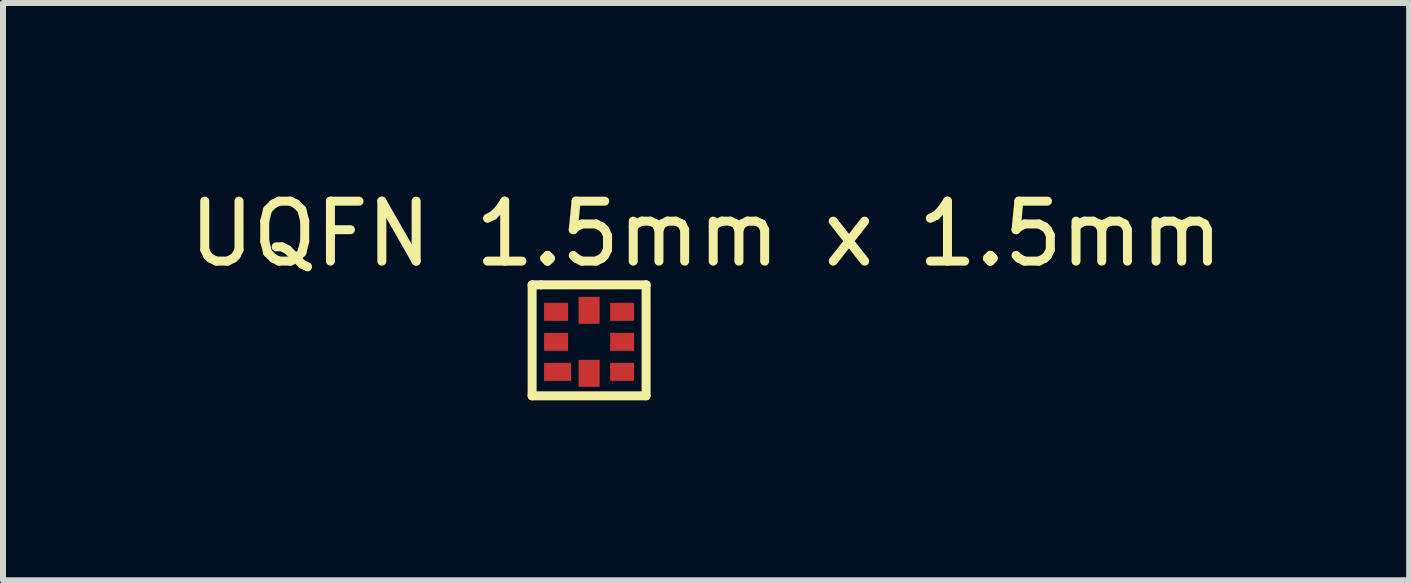
<source format=kicad_pcb>
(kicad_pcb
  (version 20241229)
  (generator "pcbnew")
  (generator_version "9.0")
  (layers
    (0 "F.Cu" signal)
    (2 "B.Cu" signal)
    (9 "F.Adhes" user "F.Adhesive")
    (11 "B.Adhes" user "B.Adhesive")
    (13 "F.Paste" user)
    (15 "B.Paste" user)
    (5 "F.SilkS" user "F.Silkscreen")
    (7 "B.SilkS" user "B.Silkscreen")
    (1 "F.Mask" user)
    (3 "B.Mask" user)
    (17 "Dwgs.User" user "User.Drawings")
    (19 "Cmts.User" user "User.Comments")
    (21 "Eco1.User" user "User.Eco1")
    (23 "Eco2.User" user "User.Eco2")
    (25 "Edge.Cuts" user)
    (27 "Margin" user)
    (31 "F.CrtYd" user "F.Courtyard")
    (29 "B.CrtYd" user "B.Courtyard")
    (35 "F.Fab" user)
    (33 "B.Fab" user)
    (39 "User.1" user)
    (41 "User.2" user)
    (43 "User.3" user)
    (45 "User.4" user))
  (footprint "UQFN 1.5mm x 1.5mm"
    (layer "F.Cu")
    (at 6.77 2.648)
    (property "Reference" "UQFN 1.5mm x 1.5mm" (at 1.95 -1.8 0) (layer "F.SilkS") (effects (font (size 1 1) (thickness 0.15))))
    (attr through_hole)
    (fp_line (start -0.95 -0.95) (end -0.8 -0.95) (stroke (width 0.15) (type solid)) (layer "F.SilkS"))
    (fp_line (start -0.95 0.9) (end -0.95 -0.95) (stroke (width 0.15) (type solid)) (layer "F.SilkS"))
    (fp_line (start -0.8 -0.95) (end 0.95 -0.95) (stroke (width 0.15) (type solid)) (layer "F.SilkS"))
    (fp_line (start 0.95 -0.95) (end 0.95 0.9) (stroke (width 0.15) (type solid)) (layer "F.SilkS"))
    (fp_line (start 0.95 0.9) (end -0.95 0.9) (stroke (width 0.15) (type solid)) (layer "F.SilkS"))
    (pad "1" smd rect (at -0.525 0.5 90) (size 0.3 0.45) (layers "F.Cu" "F.Mask" "F.Paste"))
    (pad "2" smd rect (at -0.55 0 90) (size 0.3 0.4) (layers "F.Cu" "F.Mask" "F.Paste"))
    (pad "3" smd rect (at -0.55 -0.5 90) (size 0.3 0.4) (layers "F.Cu" "F.Mask" "F.Paste"))
    (pad "4" smd rect (at 0 -0.525) (size 0.35 0.45) (layers "F.Cu" "F.Mask" "F.Paste"))
    (pad "5" smd rect (at 0.55 -0.5 90) (size 0.3 0.4) (layers "F.Cu" "F.Mask" "F.Paste"))
    (pad "6" smd rect (at 0.55 0 90) (size 0.3 0.4) (layers "F.Cu" "F.Mask" "F.Paste"))
    (pad "7" smd rect (at 0.55 0.5 90) (size 0.3 0.4) (layers "F.Cu" "F.Mask" "F.Paste"))
    (pad "8" smd rect (at 0 0.525) (size 0.35 0.45) (layers "F.Cu" "F.Mask" "F.Paste")))
  (gr_rect
    (start -3 -3)
    (end 20.44 6.623)
    (stroke (width 0.1) (type default))
    (fill no)
    (layer "Edge.Cuts")))
</source>
